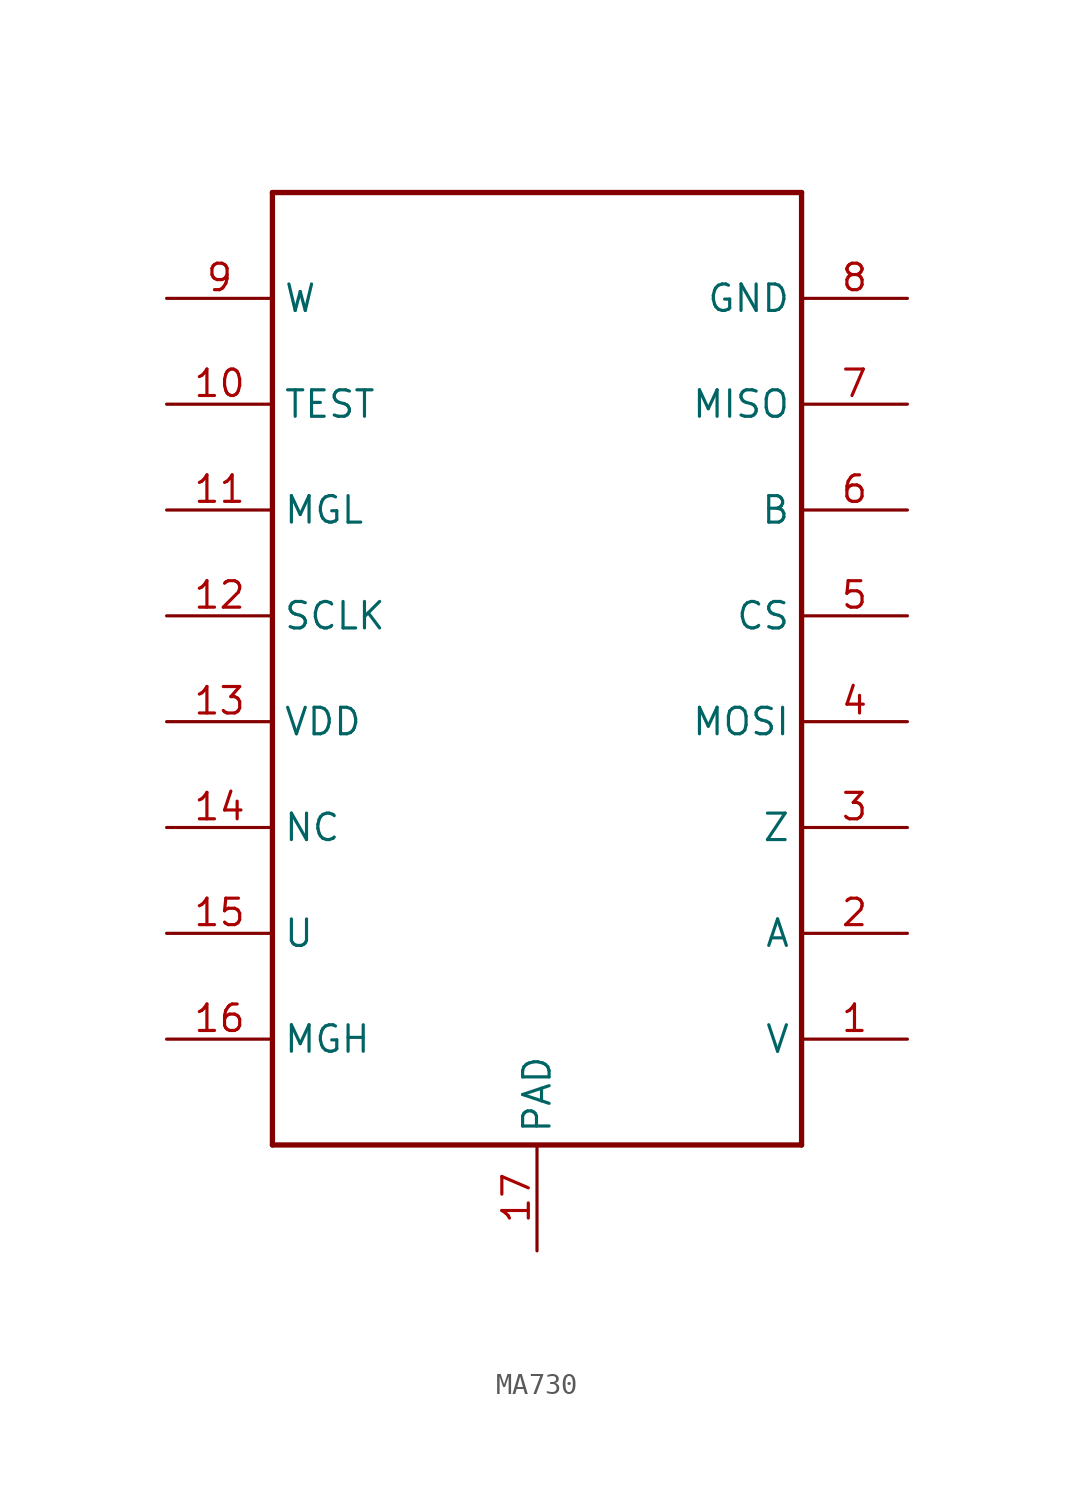
<source format=kicad_sym>
(kicad_symbol_lib
  (version 20210619)
  (generator kicad_symbol_editor)
  (symbol "MA730"
    (property "Reference" ""
      (at 0 0 0)
      (effects (font (size 1.27 1.27)) hide))
    (property "ki_locked" ""
      (at 0 0 0)
      (effects (font (size 1.27 1.27))))
    (symbol "MA730_1_0"
      (polyline (pts (xy 2.54 -20.32) (xy 27.94 -20.32)) (stroke (width 0.254)) (fill (type none)))
      (polyline (pts (xy 2.54 25.4) (xy 2.54 -20.32)) (stroke (width 0.254)) (fill (type none)))
      (polyline (pts (xy 2.54 25.4) (xy 27.94 25.4)) (stroke (width 0.254)) (fill (type none)))
      (polyline (pts (xy 27.94 -20.32) (xy 27.94 25.4)) (stroke (width 0.254)) (fill (type none)))
      (pin bidirectional line (at 33.02 -15.24 180) (length 5.08) (name "V" (effects (font (size 1.27 1.27)))) (number "1" (effects (font (size 1.27 1.27)))))
      (pin bidirectional line (at -2.54 15.24 0) (length 5.08) (name "TEST" (effects (font (size 1.27 1.27)))) (number "10" (effects (font (size 1.27 1.27)))))
      (pin bidirectional line (at -2.54 10.16 0) (length 5.08) (name "MGL" (effects (font (size 1.27 1.27)))) (number "11" (effects (font (size 1.27 1.27)))))
      (pin bidirectional line (at -2.54 5.08 0) (length 5.08) (name "SCLK" (effects (font (size 1.27 1.27)))) (number "12" (effects (font (size 1.27 1.27)))))
      (pin bidirectional line (at -2.54 0 0) (length 5.08) (name "VDD" (effects (font (size 1.27 1.27)))) (number "13" (effects (font (size 1.27 1.27)))))
      (pin bidirectional line (at -2.54 -5.08 0) (length 5.08) (name "NC" (effects (font (size 1.27 1.27)))) (number "14" (effects (font (size 1.27 1.27)))))
      (pin bidirectional line (at -2.54 -10.16 0) (length 5.08) (name "U" (effects (font (size 1.27 1.27)))) (number "15" (effects (font (size 1.27 1.27)))))
      (pin bidirectional line (at -2.54 -15.24 0) (length 5.08) (name "MGH" (effects (font (size 1.27 1.27)))) (number "16" (effects (font (size 1.27 1.27)))))
      (pin bidirectional line (at 15.24 -25.4 90) (length 5.08) (name "PAD" (effects (font (size 1.27 1.27)))) (number "17" (effects (font (size 1.27 1.27)))))
      (pin bidirectional line (at 33.02 -10.16 180) (length 5.08) (name "A" (effects (font (size 1.27 1.27)))) (number "2" (effects (font (size 1.27 1.27)))))
      (pin bidirectional line (at 33.02 -5.08 180) (length 5.08) (name "Z" (effects (font (size 1.27 1.27)))) (number "3" (effects (font (size 1.27 1.27)))))
      (pin bidirectional line (at 33.02 0 180) (length 5.08) (name "MOSI" (effects (font (size 1.27 1.27)))) (number "4" (effects (font (size 1.27 1.27)))))
      (pin bidirectional line (at 33.02 5.08 180) (length 5.08) (name "CS" (effects (font (size 1.27 1.27)))) (number "5" (effects (font (size 1.27 1.27)))))
      (pin bidirectional line (at 33.02 10.16 180) (length 5.08) (name "B" (effects (font (size 1.27 1.27)))) (number "6" (effects (font (size 1.27 1.27)))))
      (pin bidirectional line (at 33.02 15.24 180) (length 5.08) (name "MISO" (effects (font (size 1.27 1.27)))) (number "7" (effects (font (size 1.27 1.27)))))
      (pin bidirectional line (at 33.02 20.32 180) (length 5.08) (name "GND" (effects (font (size 1.27 1.27)))) (number "8" (effects (font (size 1.27 1.27)))))
      (pin bidirectional line (at -2.54 20.32 0) (length 5.08) (name "W" (effects (font (size 1.27 1.27)))) (number "9" (effects (font (size 1.27 1.27))))))))
</source>
